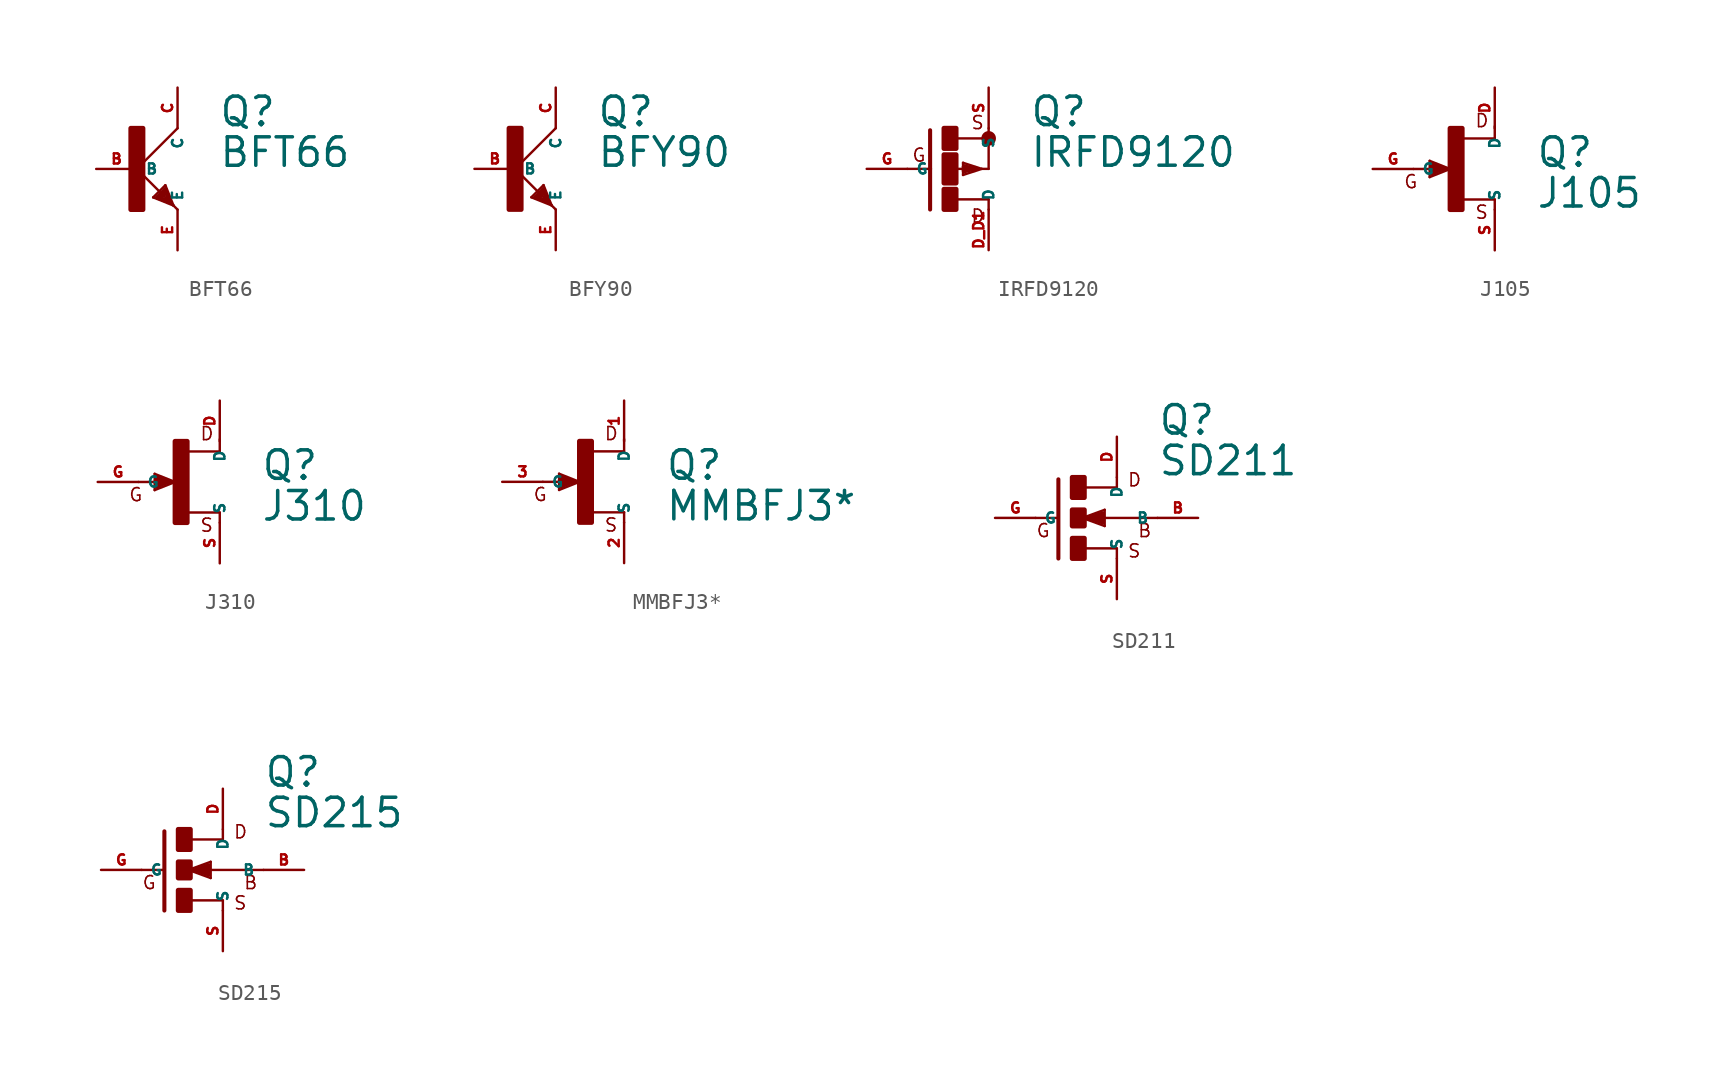
<source format=kicad_sym>
(kicad_symbol_lib
  (version 20220914)
  (generator Eagle2Kicad)
  (symbol "BFT66"
    (property "Reference" "Q"
      (at 5.08 2.54 0)
      (effects (font (size 1.778 1.778) (thickness 0.22)) (justify left bottom)))
    (property "Value" "BFT66"
      (at 5.08 0 0)
      (effects (font (size 1.778 1.778) (thickness 0.22)) (justify left bottom)))
    (polyline
      (pts (xy 2.54 2.54) (xy 0 0))
      (stroke (width 0.152) (type default))
      (fill (type none)))
    (polyline
      (pts (xy 0 0) (xy 2.032 -2.032))
      (stroke (width 0.152) (type default))
      (fill (type none)))
    (polyline
      (pts (xy 2.032 -2.032) (xy 2.286 -2.286))
      (stroke (width 0.152) (type default))
      (fill (type none)))
    (polyline
      (pts (xy 1.778 -1.016) (xy 2.286 -2.286))
      (stroke (width 0.152) (type default))
      (fill (type none)))
    (polyline
      (pts (xy 2.286 -2.286) (xy 2.54 -2.54))
      (stroke (width 0.152) (type default))
      (fill (type none)))
    (polyline
      (pts (xy 2.286 -2.286) (xy 1.016 -1.778))
      (stroke (width 0.152) (type default))
      (fill (type none)))
    (polyline
      (pts (xy 1.016 -1.778) (xy 1.778 -1.016))
      (stroke (width 0.152) (type default))
      (fill (type none)))
    (polyline
      (pts (xy 2.032 -2.032) (xy 1.778 -1.27))
      (stroke (width 0.254) (type default))
      (fill (type none)))
    (polyline
      (pts (xy 1.778 -1.27) (xy 1.27 -1.778))
      (stroke (width 0.254) (type default))
      (fill (type none)))
    (polyline
      (pts (xy 1.27 -1.778) (xy 2.032 -2.032))
      (stroke (width 0.254) (type default))
      (fill (type none)))
    (polyline
      (pts (xy 1.524 -1.778) (xy 1.778 -1.524))
      (stroke (width 0.254) (type default))
      (fill (type none)))
    (rectangle
      (start -0.381 -2.54)
      (end 0.381 2.54)
      (stroke (width 0.3) (type default))
      (fill (type outline)))
    (pin passive line
      (at -2.54 0 0)
      (length 2.54)
      (name "B" (effects (font (size 0.635 0.635) (thickness 0.08)) (justify left bottom)))
      (number "B" (effects (font (size 0.635 0.635) (thickness 0.08)) (justify left bottom))))
    (pin passive line
      (at 2.54 -5.08 90)
      (length 2.54)
      (name "E" (effects (font (size 0.635 0.635) (thickness 0.08)) (justify left bottom)))
      (number "E" (effects (font (size 0.635 0.635) (thickness 0.08)) (justify left bottom))))
    (pin passive line
      (at 2.54 5.08 270)
      (length 2.54)
      (name "C" (effects (font (size 0.635 0.635) (thickness 0.08)) (justify left bottom)))
      (number "C" (effects (font (size 0.635 0.635) (thickness 0.08)) (justify left bottom)))))
  (symbol "BFY90"
    (property "Reference" "Q"
      (at 5.08 2.54 0)
      (effects (font (size 1.778 1.778) (thickness 0.22)) (justify left bottom)))
    (property "Value" "BFY90"
      (at 5.08 0 0)
      (effects (font (size 1.778 1.778) (thickness 0.22)) (justify left bottom)))
    (polyline
      (pts (xy 2.54 2.54) (xy 0 0))
      (stroke (width 0.152) (type default))
      (fill (type none)))
    (polyline
      (pts (xy 0 0) (xy 2.032 -2.032))
      (stroke (width 0.152) (type default))
      (fill (type none)))
    (polyline
      (pts (xy 2.032 -2.032) (xy 2.286 -2.286))
      (stroke (width 0.152) (type default))
      (fill (type none)))
    (polyline
      (pts (xy 1.778 -1.016) (xy 2.286 -2.286))
      (stroke (width 0.152) (type default))
      (fill (type none)))
    (polyline
      (pts (xy 2.286 -2.286) (xy 2.54 -2.54))
      (stroke (width 0.152) (type default))
      (fill (type none)))
    (polyline
      (pts (xy 2.286 -2.286) (xy 1.016 -1.778))
      (stroke (width 0.152) (type default))
      (fill (type none)))
    (polyline
      (pts (xy 1.016 -1.778) (xy 1.778 -1.016))
      (stroke (width 0.152) (type default))
      (fill (type none)))
    (polyline
      (pts (xy 2.032 -2.032) (xy 1.778 -1.27))
      (stroke (width 0.254) (type default))
      (fill (type none)))
    (polyline
      (pts (xy 1.778 -1.27) (xy 1.27 -1.778))
      (stroke (width 0.254) (type default))
      (fill (type none)))
    (polyline
      (pts (xy 1.27 -1.778) (xy 2.032 -2.032))
      (stroke (width 0.254) (type default))
      (fill (type none)))
    (polyline
      (pts (xy 1.524 -1.778) (xy 1.778 -1.524))
      (stroke (width 0.254) (type default))
      (fill (type none)))
    (rectangle
      (start -0.381 -2.54)
      (end 0.381 2.54)
      (stroke (width 0.3) (type default))
      (fill (type outline)))
    (pin passive line
      (at -2.54 0 0)
      (length 2.54)
      (name "B" (effects (font (size 0.635 0.635) (thickness 0.08)) (justify left bottom)))
      (number "B" (effects (font (size 0.635 0.635) (thickness 0.08)) (justify left bottom))))
    (pin passive line
      (at 2.54 -5.08 90)
      (length 2.54)
      (name "E" (effects (font (size 0.635 0.635) (thickness 0.08)) (justify left bottom)))
      (number "E" (effects (font (size 0.635 0.635) (thickness 0.08)) (justify left bottom))))
    (pin passive line
      (at 2.54 5.08 270)
      (length 2.54)
      (name "C" (effects (font (size 0.635 0.635) (thickness 0.08)) (justify left bottom)))
      (number "C" (effects (font (size 0.635 0.635) (thickness 0.08)) (justify left bottom)))))
  (symbol "IRFD9120"
    (property "Reference" "Q"
      (at 5.08 2.54 0)
      (effects (font (size 1.778 1.778) (thickness 0.22)) (justify left bottom)))
    (property "Value" "IRFD9120"
      (at 5.08 0 0)
      (effects (font (size 1.778 1.778) (thickness 0.22)) (justify left bottom)))
    (polyline
      (pts (xy -1.118 2.413) (xy -1.118 0))
      (stroke (width 0.254) (type default))
      (fill (type none)))
    (polyline
      (pts (xy 2.54 1.905) (xy 0.533 1.905))
      (stroke (width 0.152) (type default))
      (fill (type none)))
    (polyline
      (pts (xy 2.54 2.54) (xy 2.54 1.905))
      (stroke (width 0.152) (type default))
      (fill (type none)))
    (polyline
      (pts (xy 2.108 0) (xy 0.94 0.381))
      (stroke (width 0.152) (type default))
      (fill (type none)))
    (polyline
      (pts (xy 0.94 0.381) (xy 0.94 -0.381))
      (stroke (width 0.152) (type default))
      (fill (type none)))
    (polyline
      (pts (xy 0.94 -0.381) (xy 2.108 0))
      (stroke (width 0.152) (type default))
      (fill (type none)))
    (polyline
      (pts (xy 2.108 0) (xy 2.54 0))
      (stroke (width 0.152) (type default))
      (fill (type none)))
    (polyline
      (pts (xy 0.508 -1.905) (xy 2.54 -1.905))
      (stroke (width 0.152) (type default))
      (fill (type none)))
    (polyline
      (pts (xy 0.305 0) (xy 1.524 0))
      (stroke (width 0.152) (type default))
      (fill (type none)))
    (polyline
      (pts (xy 1.524 0) (xy 1.651 0))
      (stroke (width 0.152) (type default))
      (fill (type none)))
    (polyline
      (pts (xy 1.651 0) (xy 1.905 0))
      (stroke (width 0.152) (type default))
      (fill (type none)))
    (polyline
      (pts (xy 2.54 -1.905) (xy 2.54 -2.54))
      (stroke (width 0.152) (type default))
      (fill (type none)))
    (polyline
      (pts (xy -1.118 0) (xy -2.54 0))
      (stroke (width 0.152) (type default))
      (fill (type none)))
    (polyline
      (pts (xy -1.118 0) (xy -1.118 -2.54))
      (stroke (width 0.254) (type default))
      (fill (type none)))
    (polyline
      (pts (xy 2.54 1.905) (xy 2.54 0))
      (stroke (width 0.152) (type default))
      (fill (type none)))
    (polyline
      (pts (xy 1.651 0) (xy 1.016 0.127))
      (stroke (width 0.305) (type default))
      (fill (type none)))
    (polyline
      (pts (xy 1.016 0.127) (xy 1.016 -0.127))
      (stroke (width 0.305) (type default))
      (fill (type none)))
    (polyline
      (pts (xy 1.016 -0.127) (xy 1.524 0))
      (stroke (width 0.305) (type default))
      (fill (type none)))
    (text "D"
      (at 1.397 -3.429 0)
      (effects (font (size 0.813 0.813) (thickness 0.10)) (justify left bottom)))
    (text "S"
      (at 1.397 2.413 0)
      (effects (font (size 0.813 0.813) (thickness 0.10)) (justify left bottom)))
    (text "G"
      (at -2.286 0.381 0)
      (effects (font (size 0.813 0.813) (thickness 0.10)) (justify left bottom)))
    (circle
      (center 2.54 1.905)
      (radius 0.254)
      (stroke (width 0.406) (type default))
      (fill (type none)))
    (rectangle
      (start -0.254 -2.54)
      (end 0.508 -1.27)
      (stroke (width 0.3) (type default))
      (fill (type outline)))
    (rectangle
      (start -0.254 1.27)
      (end 0.508 2.54)
      (stroke (width 0.3) (type default))
      (fill (type outline)))
    (rectangle
      (start -0.254 -0.889)
      (end 0.508 0.889)
      (stroke (width 0.3) (type default))
      (fill (type outline)))
    (pin passive line
      (at -5.08 0 0)
      (length 2.54)
      (name "G" (effects (font (size 0.635 0.635) (thickness 0.08)) (justify left bottom)))
      (number "G" (effects (font (size 0.635 0.635) (thickness 0.08)) (justify left bottom))))
    (pin passive line
      (at 2.54 -5.08 90)
      (length 2.54)
      (name "D" (effects (font (size 0.635 0.635) (thickness 0.08)) (justify left bottom)))
      (number "D D1" (effects (font (size 0.635 0.635) (thickness 0.08)) (justify left bottom))))
    (pin passive line
      (at 2.54 5.08 270)
      (length 2.54)
      (name "S" (effects (font (size 0.635 0.635) (thickness 0.08)) (justify left bottom)))
      (number "S" (effects (font (size 0.635 0.635) (thickness 0.08)) (justify left bottom)))))
  (symbol "J105"
    (property "Reference" "Q"
      (at 5.08 0 0)
      (effects (font (size 1.778 1.778) (thickness 0.22)) (justify left bottom)))
    (property "Value" "J105"
      (at 5.08 -2.54 0)
      (effects (font (size 1.778 1.778) (thickness 0.22)) (justify left bottom)))
    (polyline
      (pts (xy 2.54 -1.905) (xy 0.533 -1.905))
      (stroke (width 0.152) (type default))
      (fill (type none)))
    (polyline
      (pts (xy 2.54 -2.54) (xy 2.54 -1.905))
      (stroke (width 0.152) (type default))
      (fill (type none)))
    (polyline
      (pts (xy 2.54 2.667) (xy 2.54 1.905))
      (stroke (width 0.152) (type default))
      (fill (type none)))
    (polyline
      (pts (xy 2.54 1.905) (xy 0.508 1.905))
      (stroke (width 0.152) (type default))
      (fill (type none)))
    (polyline
      (pts (xy -0.254 0) (xy -1.524 0.508))
      (stroke (width 0.152) (type default))
      (fill (type none)))
    (polyline
      (pts (xy -1.524 0.508) (xy -1.524 -0.508))
      (stroke (width 0.152) (type default))
      (fill (type none)))
    (polyline
      (pts (xy -1.524 -0.508) (xy -0.254 0))
      (stroke (width 0.152) (type default))
      (fill (type none)))
    (polyline
      (pts (xy -2.54 0) (xy -0.762 0))
      (stroke (width 0.152) (type default))
      (fill (type none)))
    (polyline
      (pts (xy -0.762 0) (xy -0.635 0))
      (stroke (width 0.152) (type default))
      (fill (type none)))
    (polyline
      (pts (xy -0.635 0) (xy -0.254 0))
      (stroke (width 0.152) (type default))
      (fill (type none)))
    (polyline
      (pts (xy -0.635 0) (xy -1.397 0.254))
      (stroke (width 0.305) (type default))
      (fill (type none)))
    (polyline
      (pts (xy -1.397 0.254) (xy -1.397 -0.254))
      (stroke (width 0.305) (type default))
      (fill (type none)))
    (polyline
      (pts (xy -1.397 -0.254) (xy -0.762 0))
      (stroke (width 0.305) (type default))
      (fill (type none)))
    (text "D"
      (at 1.27 2.54 0)
      (effects (font (size 0.813 0.813) (thickness 0.10)) (justify left bottom)))
    (text "S"
      (at 1.27 -3.175 0)
      (effects (font (size 0.813 0.813) (thickness 0.10)) (justify left bottom)))
    (text "G"
      (at -3.175 -1.27 0)
      (effects (font (size 0.813 0.813) (thickness 0.10)) (justify left bottom)))
    (rectangle
      (start -0.254 -2.54)
      (end 0.508 2.54)
      (stroke (width 0.3) (type default))
      (fill (type outline)))
    (pin passive line
      (at -5.08 0 0)
      (length 2.54)
      (name "G" (effects (font (size 0.635 0.635) (thickness 0.08)) (justify left bottom)))
      (number "G" (effects (font (size 0.635 0.635) (thickness 0.08)) (justify left bottom))))
    (pin passive line
      (at 2.54 5.08 270)
      (length 2.54)
      (name "D" (effects (font (size 0.635 0.635) (thickness 0.08)) (justify left bottom)))
      (number "D" (effects (font (size 0.635 0.635) (thickness 0.08)) (justify left bottom))))
    (pin passive line
      (at 2.54 -5.08 90)
      (length 2.54)
      (name "S" (effects (font (size 0.635 0.635) (thickness 0.08)) (justify left bottom)))
      (number "S" (effects (font (size 0.635 0.635) (thickness 0.08)) (justify left bottom)))))
  (symbol "J310"
    (property "Reference" "Q"
      (at 5.08 0 0)
      (effects (font (size 1.778 1.778) (thickness 0.22)) (justify left bottom)))
    (property "Value" "J310"
      (at 5.08 -2.54 0)
      (effects (font (size 1.778 1.778) (thickness 0.22)) (justify left bottom)))
    (polyline
      (pts (xy 2.54 -1.905) (xy 0.533 -1.905))
      (stroke (width 0.152) (type default))
      (fill (type none)))
    (polyline
      (pts (xy 2.54 -2.54) (xy 2.54 -1.905))
      (stroke (width 0.152) (type default))
      (fill (type none)))
    (polyline
      (pts (xy 2.54 2.667) (xy 2.54 1.905))
      (stroke (width 0.152) (type default))
      (fill (type none)))
    (polyline
      (pts (xy 2.54 1.905) (xy 0.508 1.905))
      (stroke (width 0.152) (type default))
      (fill (type none)))
    (polyline
      (pts (xy -0.254 0) (xy -1.524 0.508))
      (stroke (width 0.152) (type default))
      (fill (type none)))
    (polyline
      (pts (xy -1.524 0.508) (xy -1.524 -0.508))
      (stroke (width 0.152) (type default))
      (fill (type none)))
    (polyline
      (pts (xy -1.524 -0.508) (xy -0.254 0))
      (stroke (width 0.152) (type default))
      (fill (type none)))
    (polyline
      (pts (xy -2.54 0) (xy -0.762 0))
      (stroke (width 0.152) (type default))
      (fill (type none)))
    (polyline
      (pts (xy -0.762 0) (xy -0.635 0))
      (stroke (width 0.152) (type default))
      (fill (type none)))
    (polyline
      (pts (xy -0.635 0) (xy -0.254 0))
      (stroke (width 0.152) (type default))
      (fill (type none)))
    (polyline
      (pts (xy -0.635 0) (xy -1.397 0.254))
      (stroke (width 0.305) (type default))
      (fill (type none)))
    (polyline
      (pts (xy -1.397 0.254) (xy -1.397 -0.254))
      (stroke (width 0.305) (type default))
      (fill (type none)))
    (polyline
      (pts (xy -1.397 -0.254) (xy -0.762 0))
      (stroke (width 0.305) (type default))
      (fill (type none)))
    (text "D"
      (at 1.27 2.54 0)
      (effects (font (size 0.813 0.813) (thickness 0.10)) (justify left bottom)))
    (text "S"
      (at 1.27 -3.175 0)
      (effects (font (size 0.813 0.813) (thickness 0.10)) (justify left bottom)))
    (text "G"
      (at -3.175 -1.27 0)
      (effects (font (size 0.813 0.813) (thickness 0.10)) (justify left bottom)))
    (rectangle
      (start -0.254 -2.54)
      (end 0.508 2.54)
      (stroke (width 0.3) (type default))
      (fill (type outline)))
    (pin passive line
      (at -5.08 0 0)
      (length 2.54)
      (name "G" (effects (font (size 0.635 0.635) (thickness 0.08)) (justify left bottom)))
      (number "G" (effects (font (size 0.635 0.635) (thickness 0.08)) (justify left bottom))))
    (pin passive line
      (at 2.54 5.08 270)
      (length 2.54)
      (name "D" (effects (font (size 0.635 0.635) (thickness 0.08)) (justify left bottom)))
      (number "D" (effects (font (size 0.635 0.635) (thickness 0.08)) (justify left bottom))))
    (pin passive line
      (at 2.54 -5.08 90)
      (length 2.54)
      (name "S" (effects (font (size 0.635 0.635) (thickness 0.08)) (justify left bottom)))
      (number "S" (effects (font (size 0.635 0.635) (thickness 0.08)) (justify left bottom)))))
  (symbol "MMBFJ3*"
    (property "Reference" "Q"
      (at 5.08 0 0)
      (effects (font (size 1.778 1.778) (thickness 0.22)) (justify left bottom)))
    (property "Value" "MMBFJ3*"
      (at 5.08 -2.54 0)
      (effects (font (size 1.778 1.778) (thickness 0.22)) (justify left bottom)))
    (polyline
      (pts (xy 2.54 -1.905) (xy 0.533 -1.905))
      (stroke (width 0.152) (type default))
      (fill (type none)))
    (polyline
      (pts (xy 2.54 -2.54) (xy 2.54 -1.905))
      (stroke (width 0.152) (type default))
      (fill (type none)))
    (polyline
      (pts (xy 2.54 2.667) (xy 2.54 1.905))
      (stroke (width 0.152) (type default))
      (fill (type none)))
    (polyline
      (pts (xy 2.54 1.905) (xy 0.508 1.905))
      (stroke (width 0.152) (type default))
      (fill (type none)))
    (polyline
      (pts (xy -0.254 0) (xy -1.524 0.508))
      (stroke (width 0.152) (type default))
      (fill (type none)))
    (polyline
      (pts (xy -1.524 0.508) (xy -1.524 -0.508))
      (stroke (width 0.152) (type default))
      (fill (type none)))
    (polyline
      (pts (xy -1.524 -0.508) (xy -0.254 0))
      (stroke (width 0.152) (type default))
      (fill (type none)))
    (polyline
      (pts (xy -2.54 0) (xy -0.762 0))
      (stroke (width 0.152) (type default))
      (fill (type none)))
    (polyline
      (pts (xy -0.762 0) (xy -0.635 0))
      (stroke (width 0.152) (type default))
      (fill (type none)))
    (polyline
      (pts (xy -0.635 0) (xy -0.254 0))
      (stroke (width 0.152) (type default))
      (fill (type none)))
    (polyline
      (pts (xy -0.635 0) (xy -1.397 0.254))
      (stroke (width 0.305) (type default))
      (fill (type none)))
    (polyline
      (pts (xy -1.397 0.254) (xy -1.397 -0.254))
      (stroke (width 0.305) (type default))
      (fill (type none)))
    (polyline
      (pts (xy -1.397 -0.254) (xy -0.762 0))
      (stroke (width 0.305) (type default))
      (fill (type none)))
    (text "D"
      (at 1.27 2.54 0)
      (effects (font (size 0.813 0.813) (thickness 0.10)) (justify left bottom)))
    (text "S"
      (at 1.27 -3.175 0)
      (effects (font (size 0.813 0.813) (thickness 0.10)) (justify left bottom)))
    (text "G"
      (at -3.175 -1.27 0)
      (effects (font (size 0.813 0.813) (thickness 0.10)) (justify left bottom)))
    (rectangle
      (start -0.254 -2.54)
      (end 0.508 2.54)
      (stroke (width 0.3) (type default))
      (fill (type outline)))
    (pin passive line
      (at -5.08 0 0)
      (length 2.54)
      (name "G" (effects (font (size 0.635 0.635) (thickness 0.08)) (justify left bottom)))
      (number "3" (effects (font (size 0.635 0.635) (thickness 0.08)) (justify left bottom))))
    (pin passive line
      (at 2.54 5.08 270)
      (length 2.54)
      (name "D" (effects (font (size 0.635 0.635) (thickness 0.08)) (justify left bottom)))
      (number "1" (effects (font (size 0.635 0.635) (thickness 0.08)) (justify left bottom))))
    (pin passive line
      (at 2.54 -5.08 90)
      (length 2.54)
      (name "S" (effects (font (size 0.635 0.635) (thickness 0.08)) (justify left bottom)))
      (number "2" (effects (font (size 0.635 0.635) (thickness 0.08)) (justify left bottom)))))
  (symbol "SD211"
    (property "Reference" "Q"
      (at 5.08 5.08 0)
      (effects (font (size 1.778 1.778) (thickness 0.22)) (justify left bottom)))
    (property "Value" "SD211"
      (at 5.08 2.54 0)
      (effects (font (size 1.778 1.778) (thickness 0.22)) (justify left bottom)))
    (polyline
      (pts (xy 2.54 2.54) (xy 2.54 1.905))
      (stroke (width 0.152) (type default))
      (fill (type none)))
    (polyline
      (pts (xy 2.54 -2.54) (xy 2.54 -1.905))
      (stroke (width 0.152) (type default))
      (fill (type none)))
    (polyline
      (pts (xy -1.118 2.413) (xy -1.118 -2.54))
      (stroke (width 0.254) (type default))
      (fill (type none)))
    (polyline
      (pts (xy 0.381 0) (xy 1.778 0.508))
      (stroke (width 0.152) (type default))
      (fill (type none)))
    (polyline
      (pts (xy 1.778 -0.508) (xy 0.381 0))
      (stroke (width 0.152) (type default))
      (fill (type none)))
    (polyline
      (pts (xy 0.508 -1.905) (xy 2.54 -1.905))
      (stroke (width 0.152) (type default))
      (fill (type none)))
    (polyline
      (pts (xy 2.54 1.905) (xy 0.533 1.905))
      (stroke (width 0.152) (type default))
      (fill (type none)))
    (polyline
      (pts (xy -2.54 0) (xy -1.219 0))
      (stroke (width 0.152) (type default))
      (fill (type none)))
    (polyline
      (pts (xy 1.778 0.508) (xy 1.778 -0.508))
      (stroke (width 0.152) (type default))
      (fill (type none)))
    (polyline
      (pts (xy 0.508 0) (xy 0.889 0))
      (stroke (width 0.152) (type default))
      (fill (type none)))
    (polyline
      (pts (xy 0.889 0) (xy 5.08 0))
      (stroke (width 0.152) (type default))
      (fill (type none)))
    (polyline
      (pts (xy 1.651 0.254) (xy 0.889 0))
      (stroke (width 0.305) (type default))
      (fill (type none)))
    (polyline
      (pts (xy 0.889 0) (xy 1.651 -0.254))
      (stroke (width 0.305) (type default))
      (fill (type none)))
    (polyline
      (pts (xy 1.651 -0.254) (xy 1.651 0.127))
      (stroke (width 0.305) (type default))
      (fill (type none)))
    (text "D"
      (at 3.175 1.905 0)
      (effects (font (size 0.813 0.813) (thickness 0.10)) (justify left bottom)))
    (text "S"
      (at 3.175 -2.54 0)
      (effects (font (size 0.813 0.813) (thickness 0.10)) (justify left bottom)))
    (text "B"
      (at 3.81 -1.27 0)
      (effects (font (size 0.813 0.813) (thickness 0.10)) (justify left bottom)))
    (text "G"
      (at -2.54 -1.27 0)
      (effects (font (size 0.813 0.813) (thickness 0.10)) (justify left bottom)))
    (rectangle
      (start -0.254 -2.54)
      (end 0.508 -1.27)
      (stroke (width 0.3) (type default))
      (fill (type outline)))
    (rectangle
      (start -0.254 -0.508)
      (end 0.508 0.508)
      (stroke (width 0.3) (type default))
      (fill (type outline)))
    (rectangle
      (start -0.254 1.27)
      (end 0.508 2.54)
      (stroke (width 0.3) (type default))
      (fill (type outline)))
    (pin passive line
      (at 2.54 5.08 270)
      (length 2.54)
      (name "D" (effects (font (size 0.635 0.635) (thickness 0.08)) (justify left bottom)))
      (number "D" (effects (font (size 0.635 0.635) (thickness 0.08)) (justify left bottom))))
    (pin passive line
      (at 2.54 -5.08 90)
      (length 2.54)
      (name "S" (effects (font (size 0.635 0.635) (thickness 0.08)) (justify left bottom)))
      (number "S" (effects (font (size 0.635 0.635) (thickness 0.08)) (justify left bottom))))
    (pin passive line
      (at -5.08 0 0)
      (length 2.54)
      (name "G" (effects (font (size 0.635 0.635) (thickness 0.08)) (justify left bottom)))
      (number "G" (effects (font (size 0.635 0.635) (thickness 0.08)) (justify left bottom))))
    (pin passive line
      (at 7.62 0 180)
      (length 2.54)
      (name "B" (effects (font (size 0.635 0.635) (thickness 0.08)) (justify left bottom)))
      (number "B" (effects (font (size 0.635 0.635) (thickness 0.08)) (justify left bottom)))))
  (symbol "SD215"
    (property "Reference" "Q"
      (at 5.08 5.08 0)
      (effects (font (size 1.778 1.778) (thickness 0.22)) (justify left bottom)))
    (property "Value" "SD215"
      (at 5.08 2.54 0)
      (effects (font (size 1.778 1.778) (thickness 0.22)) (justify left bottom)))
    (polyline
      (pts (xy 2.54 2.54) (xy 2.54 1.905))
      (stroke (width 0.152) (type default))
      (fill (type none)))
    (polyline
      (pts (xy 2.54 -2.54) (xy 2.54 -1.905))
      (stroke (width 0.152) (type default))
      (fill (type none)))
    (polyline
      (pts (xy -1.118 2.413) (xy -1.118 -2.54))
      (stroke (width 0.254) (type default))
      (fill (type none)))
    (polyline
      (pts (xy 0.381 0) (xy 1.778 0.508))
      (stroke (width 0.152) (type default))
      (fill (type none)))
    (polyline
      (pts (xy 1.778 -0.508) (xy 0.381 0))
      (stroke (width 0.152) (type default))
      (fill (type none)))
    (polyline
      (pts (xy 0.508 -1.905) (xy 2.54 -1.905))
      (stroke (width 0.152) (type default))
      (fill (type none)))
    (polyline
      (pts (xy 2.54 1.905) (xy 0.533 1.905))
      (stroke (width 0.152) (type default))
      (fill (type none)))
    (polyline
      (pts (xy -2.54 0) (xy -1.219 0))
      (stroke (width 0.152) (type default))
      (fill (type none)))
    (polyline
      (pts (xy 1.778 0.508) (xy 1.778 -0.508))
      (stroke (width 0.152) (type default))
      (fill (type none)))
    (polyline
      (pts (xy 0.508 0) (xy 0.889 0))
      (stroke (width 0.152) (type default))
      (fill (type none)))
    (polyline
      (pts (xy 0.889 0) (xy 5.08 0))
      (stroke (width 0.152) (type default))
      (fill (type none)))
    (polyline
      (pts (xy 1.651 0.254) (xy 0.889 0))
      (stroke (width 0.305) (type default))
      (fill (type none)))
    (polyline
      (pts (xy 0.889 0) (xy 1.651 -0.254))
      (stroke (width 0.305) (type default))
      (fill (type none)))
    (polyline
      (pts (xy 1.651 -0.254) (xy 1.651 0.127))
      (stroke (width 0.305) (type default))
      (fill (type none)))
    (text "D"
      (at 3.175 1.905 0)
      (effects (font (size 0.813 0.813) (thickness 0.10)) (justify left bottom)))
    (text "S"
      (at 3.175 -2.54 0)
      (effects (font (size 0.813 0.813) (thickness 0.10)) (justify left bottom)))
    (text "B"
      (at 3.81 -1.27 0)
      (effects (font (size 0.813 0.813) (thickness 0.10)) (justify left bottom)))
    (text "G"
      (at -2.54 -1.27 0)
      (effects (font (size 0.813 0.813) (thickness 0.10)) (justify left bottom)))
    (rectangle
      (start -0.254 -2.54)
      (end 0.508 -1.27)
      (stroke (width 0.3) (type default))
      (fill (type outline)))
    (rectangle
      (start -0.254 -0.508)
      (end 0.508 0.508)
      (stroke (width 0.3) (type default))
      (fill (type outline)))
    (rectangle
      (start -0.254 1.27)
      (end 0.508 2.54)
      (stroke (width 0.3) (type default))
      (fill (type outline)))
    (pin passive line
      (at 2.54 5.08 270)
      (length 2.54)
      (name "D" (effects (font (size 0.635 0.635) (thickness 0.08)) (justify left bottom)))
      (number "D" (effects (font (size 0.635 0.635) (thickness 0.08)) (justify left bottom))))
    (pin passive line
      (at 2.54 -5.08 90)
      (length 2.54)
      (name "S" (effects (font (size 0.635 0.635) (thickness 0.08)) (justify left bottom)))
      (number "S" (effects (font (size 0.635 0.635) (thickness 0.08)) (justify left bottom))))
    (pin passive line
      (at -5.08 0 0)
      (length 2.54)
      (name "G" (effects (font (size 0.635 0.635) (thickness 0.08)) (justify left bottom)))
      (number "G" (effects (font (size 0.635 0.635) (thickness 0.08)) (justify left bottom))))
    (pin passive line
      (at 7.62 0 180)
      (length 2.54)
      (name "B" (effects (font (size 0.635 0.635) (thickness 0.08)) (justify left bottom)))
      (number "B" (effects (font (size 0.635 0.635) (thickness 0.08)) (justify left bottom))))))
</source>
